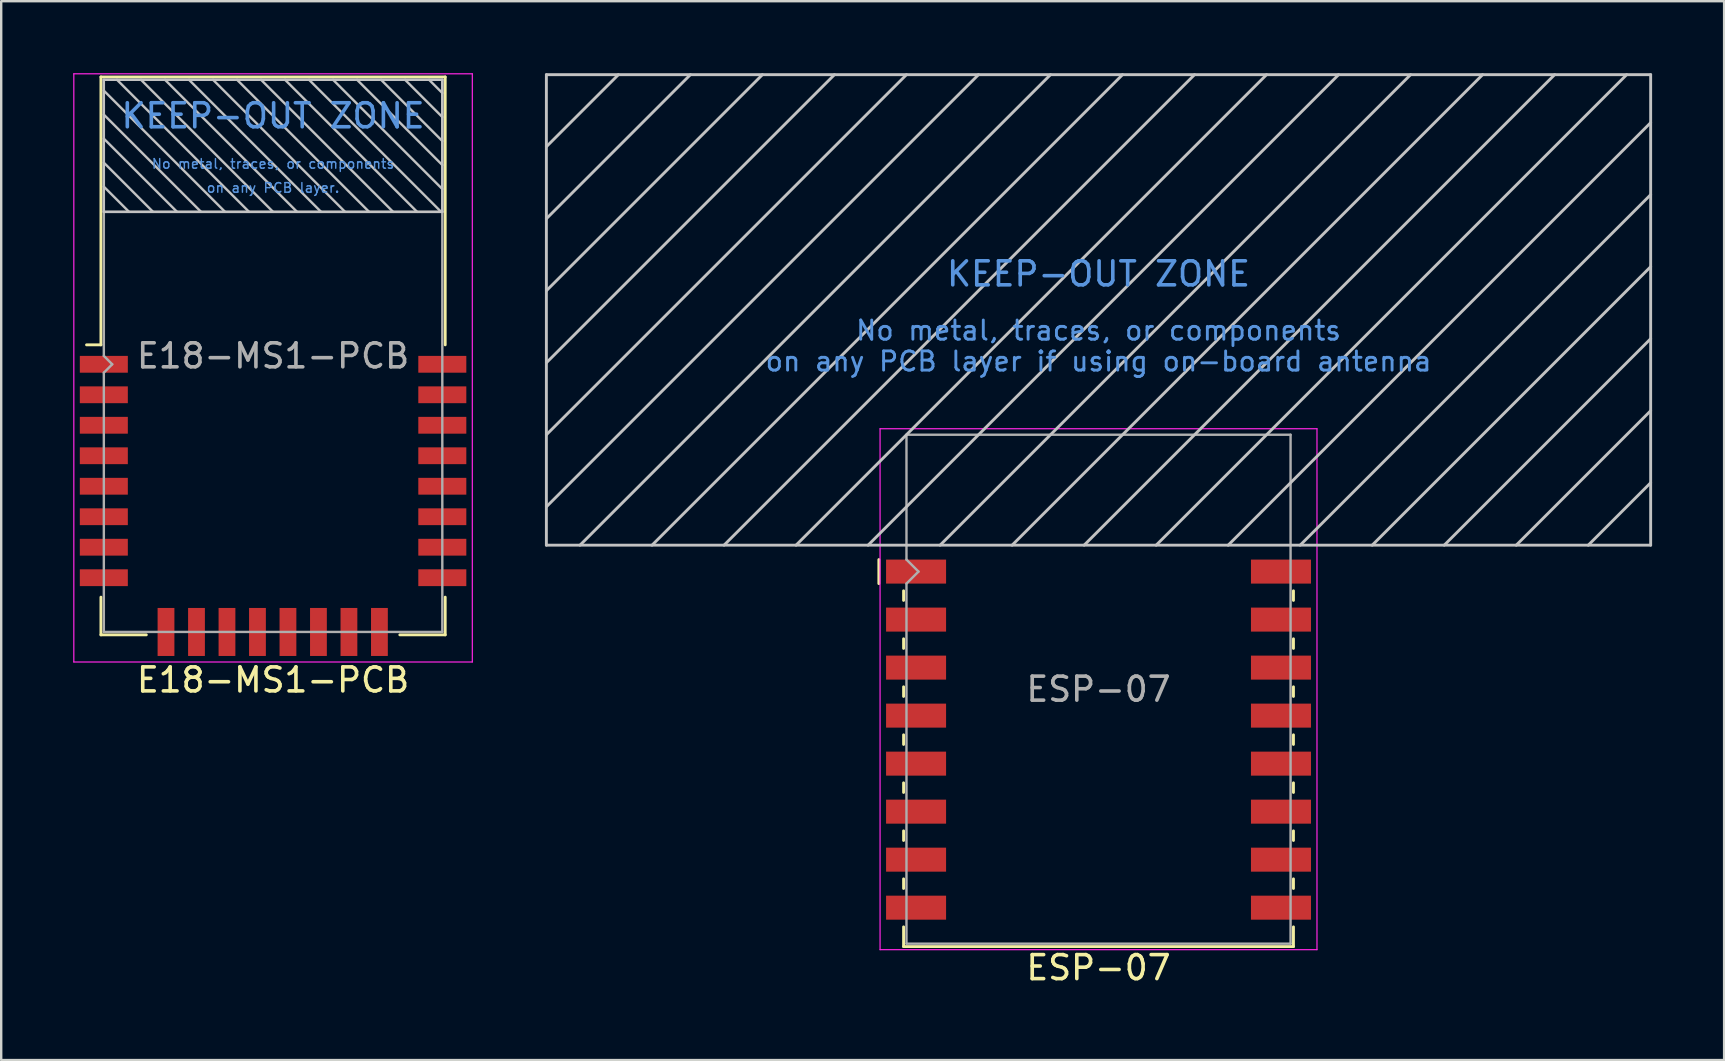
<source format=kicad_pcb>
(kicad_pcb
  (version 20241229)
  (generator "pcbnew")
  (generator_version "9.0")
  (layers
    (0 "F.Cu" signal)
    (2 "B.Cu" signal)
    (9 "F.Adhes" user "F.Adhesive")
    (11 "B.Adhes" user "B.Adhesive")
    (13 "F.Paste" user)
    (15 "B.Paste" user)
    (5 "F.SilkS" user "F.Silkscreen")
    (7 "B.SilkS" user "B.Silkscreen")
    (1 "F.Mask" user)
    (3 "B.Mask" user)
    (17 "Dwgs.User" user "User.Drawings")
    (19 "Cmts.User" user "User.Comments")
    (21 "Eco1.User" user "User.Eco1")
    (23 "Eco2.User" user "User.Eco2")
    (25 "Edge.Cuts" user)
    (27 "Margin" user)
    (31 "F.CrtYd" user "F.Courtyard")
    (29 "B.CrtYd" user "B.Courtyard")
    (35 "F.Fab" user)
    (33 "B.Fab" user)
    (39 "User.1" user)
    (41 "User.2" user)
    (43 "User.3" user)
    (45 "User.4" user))
  (footprint "ESP-07"
    (layer "F.Cu")
    (at 42.71 25.66)
    (property "Reference" "ESP-07" (at 0 11.6 0) (layer "F.SilkS") (effects (font (size 1 1) (thickness 0.15))))
    (attr smd)
    (fp_line (start -9.15 -5.4) (end -9.15 -4.4) (stroke (width 0.12) (type solid)) (layer "F.SilkS"))
    (fp_line (start -8.12 -3.7) (end -8.12 -4.1) (stroke (width 0.12) (type solid)) (layer "F.SilkS"))
    (fp_line (start -8.12 -1.7) (end -8.12 -2.1) (stroke (width 0.12) (type solid)) (layer "F.SilkS"))
    (fp_line (start -8.12 0.3) (end -8.12 -0.1) (stroke (width 0.12) (type solid)) (layer "F.SilkS"))
    (fp_line (start -8.12 2.3) (end -8.12 1.9) (stroke (width 0.12) (type solid)) (layer "F.SilkS"))
    (fp_line (start -8.12 4.3) (end -8.12 3.9) (stroke (width 0.12) (type solid)) (layer "F.SilkS"))
    (fp_line (start -8.12 6.3) (end -8.12 5.9) (stroke (width 0.12) (type solid)) (layer "F.SilkS"))
    (fp_line (start -8.12 8.3) (end -8.12 7.9) (stroke (width 0.12) (type solid)) (layer "F.SilkS"))
    (fp_line (start -8.12 10.72) (end -8.12 9.9) (stroke (width 0.12) (type solid)) (layer "F.SilkS"))
    (fp_line (start 8.12 -3.7) (end 8.12 -4.1) (stroke (width 0.12) (type solid)) (layer "F.SilkS"))
    (fp_line (start 8.12 -1.7) (end 8.12 -2.1) (stroke (width 0.12) (type solid)) (layer "F.SilkS"))
    (fp_line (start 8.12 0.3) (end 8.12 -0.1) (stroke (width 0.12) (type solid)) (layer "F.SilkS"))
    (fp_line (start 8.12 2.3) (end 8.12 1.9) (stroke (width 0.12) (type solid)) (layer "F.SilkS"))
    (fp_line (start 8.12 4.3) (end 8.12 3.9) (stroke (width 0.12) (type solid)) (layer "F.SilkS"))
    (fp_line (start 8.12 6.3) (end 8.12 5.9) (stroke (width 0.12) (type solid)) (layer "F.SilkS"))
    (fp_line (start 8.12 8.3) (end 8.12 7.9) (stroke (width 0.12) (type solid)) (layer "F.SilkS"))
    (fp_line (start 8.12 9.9) (end 8.12 10.72) (stroke (width 0.12) (type solid)) (layer "F.SilkS"))
    (fp_line (start 8.12 10.72) (end -8.12 10.72) (stroke (width 0.12) (type solid)) (layer "F.SilkS"))
    (fp_line (start -23 -25.6) (end -23 -6) (stroke (width 0.12) (type solid)) (layer "Dwgs.User"))
    (fp_line (start -23 -25.6) (end 23 -25.6) (stroke (width 0.12) (type solid)) (layer "Dwgs.User"))
    (fp_line (start -20 -25.6) (end -23 -22.6) (stroke (width 0.12) (type solid)) (layer "Dwgs.User"))
    (fp_line (start -17 -25.6) (end -23 -19.6) (stroke (width 0.12) (type solid)) (layer "Dwgs.User"))
    (fp_line (start -15.6 -6) (end 4 -25.6) (stroke (width 0.12) (type solid)) (layer "Dwgs.User"))
    (fp_line (start -14 -25.6) (end -23 -16.6) (stroke (width 0.12) (type solid)) (layer "Dwgs.User"))
    (fp_line (start -11 -25.6) (end -23 -13.6) (stroke (width 0.12) (type solid)) (layer "Dwgs.User"))
    (fp_line (start -8 -25.6) (end -23 -10.6) (stroke (width 0.12) (type solid)) (layer "Dwgs.User"))
    (fp_line (start -6.6 -6) (end 13 -25.6) (stroke (width 0.12) (type solid)) (layer "Dwgs.User"))
    (fp_line (start -5 -25.6) (end -23 -7.6) (stroke (width 0.12) (type solid)) (layer "Dwgs.User"))
    (fp_line (start -2 -25.6) (end -21.6 -6) (stroke (width 0.12) (type solid)) (layer "Dwgs.User"))
    (fp_line (start 1 -25.6) (end -18.6 -6) (stroke (width 0.12) (type solid)) (layer "Dwgs.User"))
    (fp_line (start 2.4 -6) (end 22 -25.6) (stroke (width 0.12) (type solid)) (layer "Dwgs.User"))
    (fp_line (start 5.4 -6) (end 23 -23.6) (stroke (width 0.12) (type solid)) (layer "Dwgs.User"))
    (fp_line (start 7 -25.6) (end -12.6 -6) (stroke (width 0.12) (type solid)) (layer "Dwgs.User"))
    (fp_line (start 10 -25.6) (end -9.6 -6) (stroke (width 0.12) (type solid)) (layer "Dwgs.User"))
    (fp_line (start 16 -25.6) (end -3.6 -6) (stroke (width 0.12) (type solid)) (layer "Dwgs.User"))
    (fp_line (start 19 -25.6) (end -0.6 -6) (stroke (width 0.12) (type solid)) (layer "Dwgs.User"))
    (fp_line (start 23 -20.6) (end 8.4 -6) (stroke (width 0.12) (type solid)) (layer "Dwgs.User"))
    (fp_line (start 23 -17.6) (end 11.4 -6) (stroke (width 0.12) (type solid)) (layer "Dwgs.User"))
    (fp_line (start 23 -14.6) (end 14.4 -6) (stroke (width 0.12) (type solid)) (layer "Dwgs.User"))
    (fp_line (start 23 -11.6) (end 17.4 -6) (stroke (width 0.12) (type solid)) (layer "Dwgs.User"))
    (fp_line (start 23 -8.6) (end 20.4 -6) (stroke (width 0.12) (type solid)) (layer "Dwgs.User"))
    (fp_line (start 23 -6) (end -23 -6) (stroke (width 0.12) (type solid)) (layer "Dwgs.User"))
    (fp_line (start 23 -6) (end 23 -25.6) (stroke (width 0.12) (type solid)) (layer "Dwgs.User"))
    (fp_line (start -9.1 -10.85) (end 9.1 -10.85) (stroke (width 0.05) (type solid)) (layer "F.CrtYd"))
    (fp_line (start -9.1 10.85) (end -9.1 -10.85) (stroke (width 0.05) (type solid)) (layer "F.CrtYd"))
    (fp_line (start 9.1 -10.85) (end 9.1 10.85) (stroke (width 0.05) (type solid)) (layer "F.CrtYd"))
    (fp_line (start 9.1 10.85) (end -9.1 10.85) (stroke (width 0.05) (type solid)) (layer "F.CrtYd"))
    (fp_line (start -8 -10.6) (end 8 -10.6) (stroke (width 0.1) (type solid)) (layer "F.Fab"))
    (fp_line (start -8 -5.4) (end -8 -10.6) (stroke (width 0.1) (type solid)) (layer "F.Fab"))
    (fp_line (start -8 -4.4) (end -7.5 -4.9) (stroke (width 0.1) (type solid)) (layer "F.Fab"))
    (fp_line (start -8 10.6) (end -8 -4.4) (stroke (width 0.1) (type solid)) (layer "F.Fab"))
    (fp_line (start -7.5 -4.9) (end -8 -5.4) (stroke (width 0.1) (type solid)) (layer "F.Fab"))
    (fp_line (start 8 -10.6) (end 8 10.6) (stroke (width 0.1) (type solid)) (layer "F.Fab"))
    (fp_line (start 8 10.6) (end -8 10.6) (stroke (width 0.1) (type solid)) (layer "F.Fab"))
    (fp_text user "KEEP-OUT ZONE" (at 0 -17.3 180) (layer "Cmts.User") (effects (font (size 1 1) (thickness 0.15))))
    (fp_text user "No metal, traces, or components\non any PCB layer if using on-board antenna" (at 0 -14.3 180) (layer "Cmts.User") (effects (font (size 0.8 0.8) (thickness 0.12))))
    (fp_text user "${REFERENCE}" (at 0 0 0) (layer "F.Fab") (effects (font (size 1 1) (thickness 0.15))))
    (pad "1" smd rect (at -7.6 -4.9) (size 2.5 1) (layers "F.Cu" "F.Mask" "F.Paste"))
    (pad "2" smd rect (at -7.6 -2.9) (size 2.5 1) (layers "F.Cu" "F.Mask" "F.Paste"))
    (pad "3" smd rect (at -7.6 -0.9) (size 2.5 1) (layers "F.Cu" "F.Mask" "F.Paste"))
    (pad "4" smd rect (at -7.6 1.1) (size 2.5 1) (layers "F.Cu" "F.Mask" "F.Paste"))
    (pad "5" smd rect (at -7.6 3.1) (size 2.5 1) (layers "F.Cu" "F.Mask" "F.Paste"))
    (pad "6" smd rect (at -7.6 5.1) (size 2.5 1) (layers "F.Cu" "F.Mask" "F.Paste"))
    (pad "7" smd rect (at -7.6 7.1) (size 2.5 1) (layers "F.Cu" "F.Mask" "F.Paste"))
    (pad "8" smd rect (at -7.6 9.1) (size 2.5 1) (layers "F.Cu" "F.Mask" "F.Paste"))
    (pad "9" smd rect (at 7.6 9.1) (size 2.5 1) (layers "F.Cu" "F.Mask" "F.Paste"))
    (pad "10" smd rect (at 7.6 7.1) (size 2.5 1) (layers "F.Cu" "F.Mask" "F.Paste"))
    (pad "11" smd rect (at 7.6 5.1) (size 2.5 1) (layers "F.Cu" "F.Mask" "F.Paste"))
    (pad "12" smd rect (at 7.6 3.1) (size 2.5 1) (layers "F.Cu" "F.Mask" "F.Paste"))
    (pad "13" smd rect (at 7.6 1.1) (size 2.5 1) (layers "F.Cu" "F.Mask" "F.Paste"))
    (pad "14" smd rect (at 7.6 -0.9) (size 2.5 1) (layers "F.Cu" "F.Mask" "F.Paste"))
    (pad "15" smd rect (at 7.6 -2.9) (size 2.5 1) (layers "F.Cu" "F.Mask" "F.Paste"))
    (pad "16" smd rect (at 7.6 -4.9) (size 2.5 1) (layers "F.Cu" "F.Mask" "F.Paste")))
  (footprint "E18-MS1-PCB"
    (layer "F.Cu")
    (at 8.325 11.775)
    (property "Reference" "E18-MS1-PCB" (at 0 13.5 180) (layer "F.SilkS") (effects (font (size 1 1) (thickness 0.15))))
    (attr smd)
    (fp_line (start -7.17 -11.62) (end -7.17 -0.46) (stroke (width 0.12) (type solid)) (layer "F.SilkS"))
    (fp_line (start -7.17 -0.46) (end -7.77 -0.46) (stroke (width 0.12) (type solid)) (layer "F.SilkS"))
    (fp_line (start -7.17 11.62) (end -7.17 10.05) (stroke (width 0.12) (type solid)) (layer "F.SilkS"))
    (fp_line (start -7.17 11.62) (end -5.28 11.62) (stroke (width 0.12) (type solid)) (layer "F.SilkS"))
    (fp_line (start 5.28 11.62) (end 7.17 11.62) (stroke (width 0.12) (type solid)) (layer "F.SilkS"))
    (fp_line (start 7.17 -11.62) (end -7.17 -11.62) (stroke (width 0.12) (type solid)) (layer "F.SilkS"))
    (fp_line (start 7.17 -0.46) (end 7.17 -11.62) (stroke (width 0.12) (type solid)) (layer "F.SilkS"))
    (fp_line (start 7.17 11.62) (end 7.17 10.05) (stroke (width 0.12) (type solid)) (layer "F.SilkS"))
    (fp_line (start -7.05 -11.5) (end 7.05 -11.5) (stroke (width 0.1) (type solid)) (layer "Dwgs.User"))
    (fp_line (start -7.05 -6) (end -7.05 -11.5) (stroke (width 0.1) (type solid)) (layer "Dwgs.User"))
    (fp_line (start -6 -6) (end -7.05 -7.05) (stroke (width 0.1) (type solid)) (layer "Dwgs.User"))
    (fp_line (start -5 -6) (end -7.05 -8.05) (stroke (width 0.1) (type solid)) (layer "Dwgs.User"))
    (fp_line (start -4 -6) (end -7.05 -9.05) (stroke (width 0.1) (type solid)) (layer "Dwgs.User"))
    (fp_line (start -3 -6) (end -7.05 -10.05) (stroke (width 0.1) (type solid)) (layer "Dwgs.User"))
    (fp_line (start -2 -6) (end -7.05 -11.05) (stroke (width 0.1) (type solid)) (layer "Dwgs.User"))
    (fp_line (start -1 -6) (end -6.5 -11.5) (stroke (width 0.1) (type solid)) (layer "Dwgs.User"))
    (fp_line (start 0 -6) (end -5.5 -11.5) (stroke (width 0.1) (type solid)) (layer "Dwgs.User"))
    (fp_line (start 1 -6) (end -4.5 -11.5) (stroke (width 0.1) (type solid)) (layer "Dwgs.User"))
    (fp_line (start 2 -6) (end -3.5 -11.5) (stroke (width 0.1) (type solid)) (layer "Dwgs.User"))
    (fp_line (start 2.5 -11.5) (end 7.05 -6.95) (stroke (width 0.1) (type solid)) (layer "Dwgs.User"))
    (fp_line (start 3 -6) (end -2.5 -11.5) (stroke (width 0.1) (type solid)) (layer "Dwgs.User"))
    (fp_line (start 4 -6) (end -1.5 -11.5) (stroke (width 0.1) (type solid)) (layer "Dwgs.User"))
    (fp_line (start 4.5 -11.5) (end 7.05 -8.95) (stroke (width 0.1) (type solid)) (layer "Dwgs.User"))
    (fp_line (start 5 -6) (end -0.5 -11.5) (stroke (width 0.1) (type solid)) (layer "Dwgs.User"))
    (fp_line (start 6 -6) (end 0.5 -11.5) (stroke (width 0.1) (type solid)) (layer "Dwgs.User"))
    (fp_line (start 6.5 -11.5) (end 7.05 -10.95) (stroke (width 0.1) (type solid)) (layer "Dwgs.User"))
    (fp_line (start 7 -6) (end 1.5 -11.5) (stroke (width 0.1) (type solid)) (layer "Dwgs.User"))
    (fp_line (start 7.05 -11.5) (end 7.05 -6) (stroke (width 0.1) (type solid)) (layer "Dwgs.User"))
    (fp_line (start 7.05 -9.95) (end 5.5 -11.5) (stroke (width 0.1) (type solid)) (layer "Dwgs.User"))
    (fp_line (start 7.05 -7.95) (end 3.5 -11.5) (stroke (width 0.1) (type solid)) (layer "Dwgs.User"))
    (fp_line (start 7.05 -6) (end -7.05 -6) (stroke (width 0.1) (type solid)) (layer "Dwgs.User"))
    (fp_line (start -8.3 -11.75) (end 8.3 -11.75) (stroke (width 0.05) (type solid)) (layer "F.CrtYd"))
    (fp_line (start -8.3 12.75) (end -8.3 -11.75) (stroke (width 0.05) (type solid)) (layer "F.CrtYd"))
    (fp_line (start 8.3 -11.75) (end 8.3 12.75) (stroke (width 0.05) (type solid)) (layer "F.CrtYd"))
    (fp_line (start 8.3 12.75) (end -8.3 12.75) (stroke (width 0.05) (type solid)) (layer "F.CrtYd"))
    (fp_line (start -7.05 -11.5) (end -7.05 0) (stroke (width 0.1) (type solid)) (layer "F.Fab"))
    (fp_line (start -7.05 -11.5) (end 7.05 -11.5) (stroke (width 0.1) (type solid)) (layer "F.Fab"))
    (fp_line (start -7.05 0) (end -6.7 0.35) (stroke (width 0.1) (type solid)) (layer "F.Fab"))
    (fp_line (start -7.05 0.7) (end -7.05 11.5) (stroke (width 0.1) (type solid)) (layer "F.Fab"))
    (fp_line (start -6.7 0.35) (end -7.05 0.7) (stroke (width 0.1) (type solid)) (layer "F.Fab"))
    (fp_line (start 7.05 -11.5) (end 7.05 11.5) (stroke (width 0.1) (type solid)) (layer "F.Fab"))
    (fp_line (start 7.05 -6) (end -7.05 -6) (stroke (width 0.1) (type solid)) (layer "F.Fab"))
    (fp_line (start 7.05 11.5) (end -7.05 11.5) (stroke (width 0.1) (type solid)) (layer "F.Fab"))
    (fp_text user "on any PCB layer." (at 0 -7 180) (layer "Cmts.User") (effects (font (size 0.4 0.4) (thickness 0.06))))
    (fp_text user "No metal, traces, or components" (at 0 -8 180) (layer "Cmts.User") (effects (font (size 0.4 0.4) (thickness 0.06))))
    (fp_text user "KEEP-OUT ZONE" (at 0 -10 180) (layer "Cmts.User") (effects (font (size 1 1) (thickness 0.15))))
    (fp_text user "${REFERENCE}" (at 0 0 180) (layer "F.Fab") (effects (font (size 1 1) (thickness 0.15))))
    (pad "1" smd rect (at -7.05 0.35 270) (size 0.7 2) (layers "F.Cu" "F.Mask" "F.Paste"))
    (pad "2" smd rect (at -7.05 1.62 270) (size 0.7 2) (layers "F.Cu" "F.Mask" "F.Paste"))
    (pad "3" smd rect (at -7.05 2.89 270) (size 0.7 2) (layers "F.Cu" "F.Mask" "F.Paste"))
    (pad "4" smd rect (at -7.05 4.16 270) (size 0.7 2) (layers "F.Cu" "F.Mask" "F.Paste"))
    (pad "5" smd rect (at -7.05 5.43 270) (size 0.7 2) (layers "F.Cu" "F.Mask" "F.Paste"))
    (pad "6" smd rect (at -7.05 6.7 270) (size 0.7 2) (layers "F.Cu" "F.Mask" "F.Paste"))
    (pad "7" smd rect (at -7.05 7.97 270) (size 0.7 2) (layers "F.Cu" "F.Mask" "F.Paste"))
    (pad "8" smd rect (at -7.05 9.24 270) (size 0.7 2) (layers "F.Cu" "F.Mask" "F.Paste"))
    (pad "9" smd rect (at -4.46 11.5 180) (size 0.7 2) (layers "F.Cu" "F.Mask" "F.Paste"))
    (pad "10" smd rect (at -3.19 11.5 180) (size 0.7 2) (layers "F.Cu" "F.Mask" "F.Paste"))
    (pad "11" smd rect (at -1.92 11.5 180) (size 0.7 2) (layers "F.Cu" "F.Mask" "F.Paste"))
    (pad "12" smd rect (at -0.65 11.5 180) (size 0.7 2) (layers "F.Cu" "F.Mask" "F.Paste"))
    (pad "13" smd rect (at 0.62 11.5 180) (size 0.7 2) (layers "F.Cu" "F.Mask" "F.Paste"))
    (pad "14" smd rect (at 1.89 11.5 180) (size 0.7 2) (layers "F.Cu" "F.Mask" "F.Paste"))
    (pad "15" smd rect (at 3.16 11.5 180) (size 0.7 2) (layers "F.Cu" "F.Mask" "F.Paste"))
    (pad "16" smd rect (at 4.43 11.5 180) (size 0.7 2) (layers "F.Cu" "F.Mask" "F.Paste"))
    (pad "17" smd rect (at 7.05 9.24 90) (size 0.7 2) (layers "F.Cu" "F.Mask" "F.Paste"))
    (pad "18" smd rect (at 7.05 7.97 90) (size 0.7 2) (layers "F.Cu" "F.Mask" "F.Paste"))
    (pad "19" smd rect (at 7.05 6.7 90) (size 0.7 2) (layers "F.Cu" "F.Mask" "F.Paste"))
    (pad "20" smd rect (at 7.05 5.43 90) (size 0.7 2) (layers "F.Cu" "F.Mask" "F.Paste"))
    (pad "21" smd rect (at 7.05 4.16 90) (size 0.7 2) (layers "F.Cu" "F.Mask" "F.Paste"))
    (pad "22" smd rect (at 7.05 2.89 90) (size 0.7 2) (layers "F.Cu" "F.Mask" "F.Paste"))
    (pad "23" smd rect (at 7.05 1.62 90) (size 0.7 2) (layers "F.Cu" "F.Mask" "F.Paste"))
    (pad "24" smd rect (at 7.05 0.35 90) (size 0.7 2) (layers "F.Cu" "F.Mask" "F.Paste")))
  (gr_rect
    (start -3 -3)
    (end 68.77 41.108)
    (stroke (width 0.1) (type default))
    (fill no)
    (layer "Edge.Cuts")))
</source>
